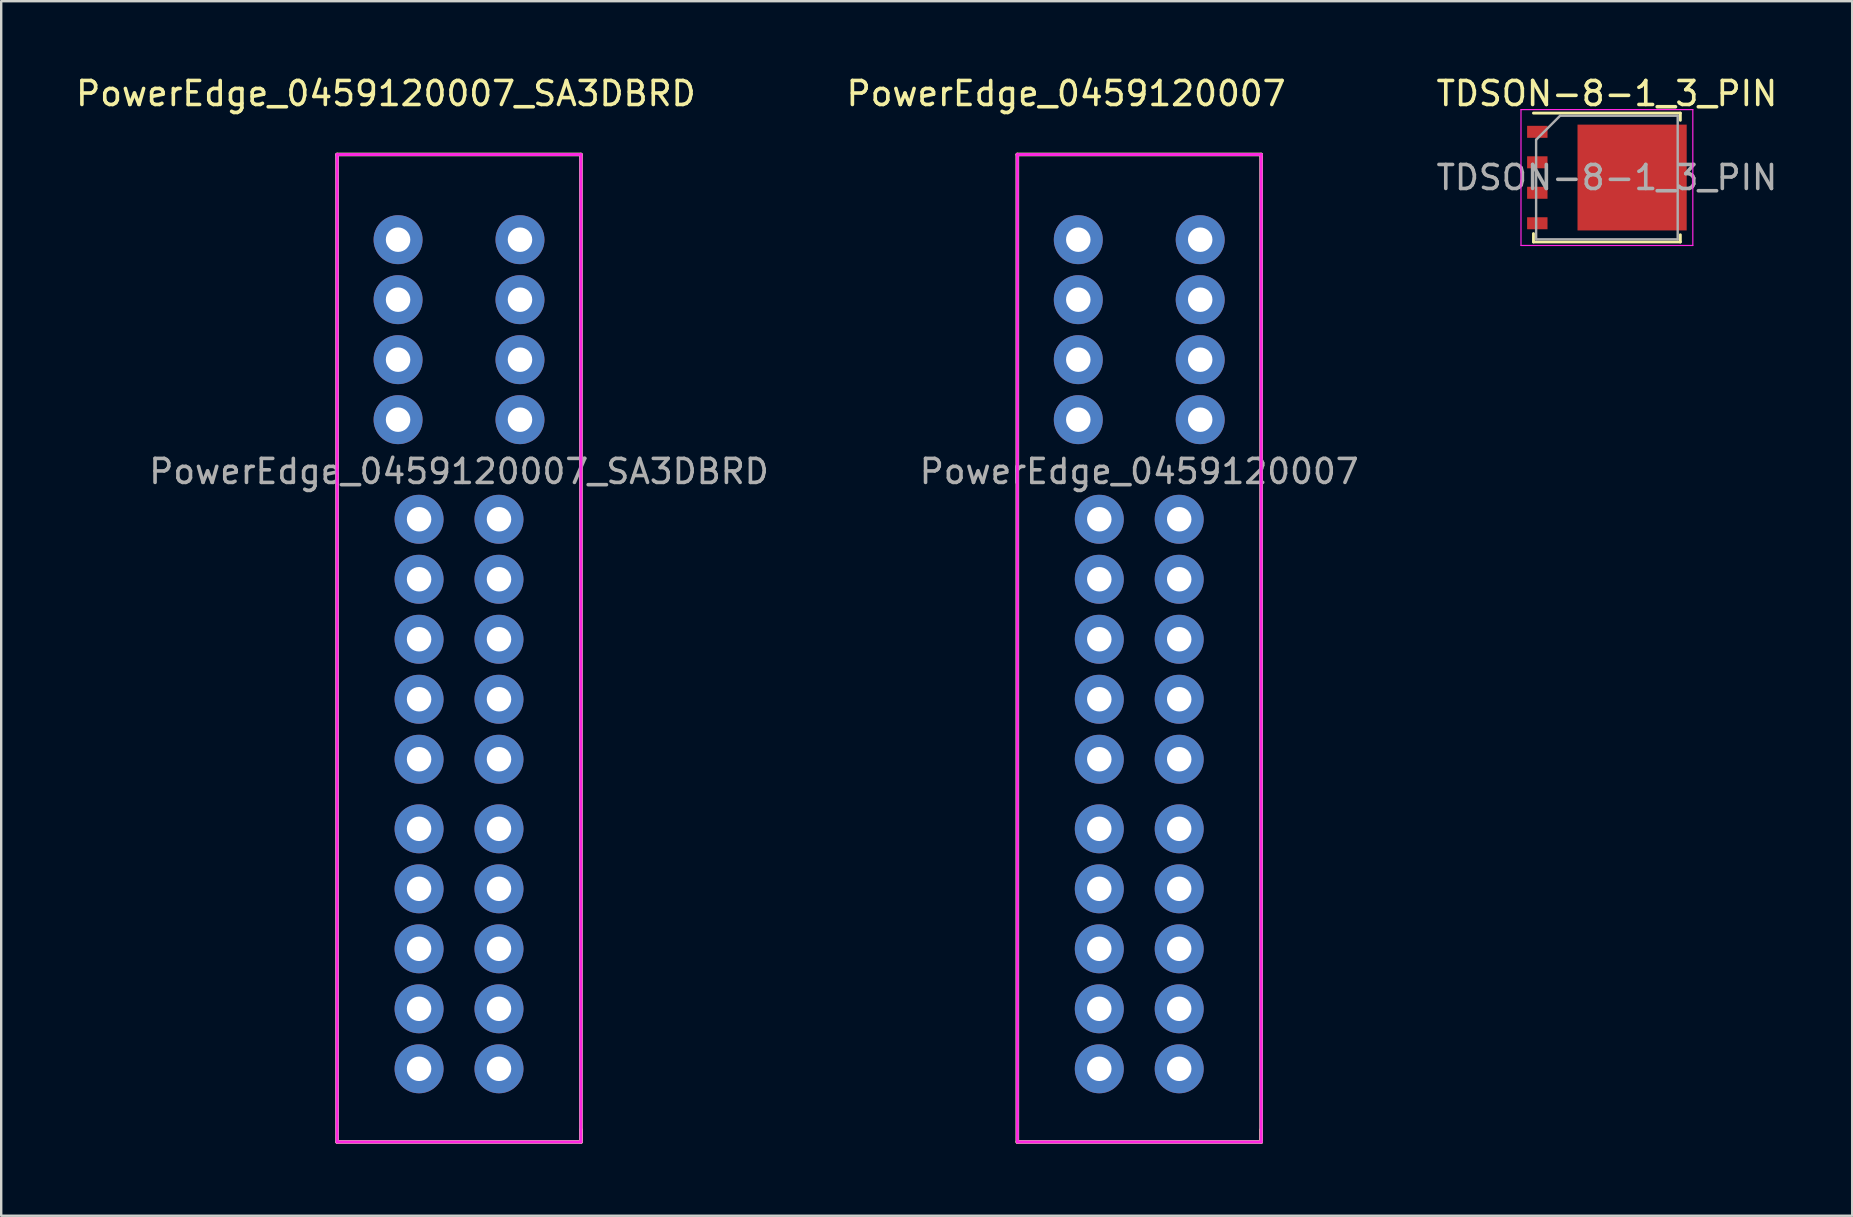
<source format=kicad_pcb>
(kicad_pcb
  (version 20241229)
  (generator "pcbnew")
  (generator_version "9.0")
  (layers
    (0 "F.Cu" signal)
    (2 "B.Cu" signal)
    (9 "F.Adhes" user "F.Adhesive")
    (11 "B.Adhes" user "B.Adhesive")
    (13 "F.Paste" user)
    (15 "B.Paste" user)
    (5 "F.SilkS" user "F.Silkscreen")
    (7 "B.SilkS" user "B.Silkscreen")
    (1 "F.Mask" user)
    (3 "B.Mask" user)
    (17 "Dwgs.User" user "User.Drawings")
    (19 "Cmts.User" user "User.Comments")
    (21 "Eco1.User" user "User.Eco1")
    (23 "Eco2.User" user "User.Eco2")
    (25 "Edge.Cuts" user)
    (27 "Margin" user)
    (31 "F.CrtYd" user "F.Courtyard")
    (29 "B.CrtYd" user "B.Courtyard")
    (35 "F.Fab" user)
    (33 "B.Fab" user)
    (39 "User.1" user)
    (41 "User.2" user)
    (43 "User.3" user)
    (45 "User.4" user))
  (footprint "PowerEdge_0459120007"
    (layer "F.Cu")
    (at 44.423 41.488)
    (property "Reference" "PowerEdge_0459120007" (at -3.048 -40.64 0) (layer "F.SilkS") (effects (font (size 1 1) (thickness 0.15))))
    (attr through_hole)
    (fp_line (start -5.08 -38.1) (end 5.08 -38.1) (stroke (width 0.15) (type solid)) (layer "F.SilkS"))
    (fp_line (start -5.08 3.048) (end -5.08 -38.1) (stroke (width 0.15) (type solid)) (layer "F.SilkS"))
    (fp_line (start -5.08 3.048) (end 5.08 3.048) (stroke (width 0.15) (type solid)) (layer "F.SilkS"))
    (fp_line (start 5.08 -38.1) (end 5.08 3.048) (stroke (width 0.15) (type solid)) (layer "F.SilkS"))
    (fp_line (start 5.08 3.048) (end 5.08 2.54) (stroke (width 0.15) (type solid)) (layer "F.SilkS"))
    (fp_line (start -5.08 -38.1) (end 5.08 -38.1) (stroke (width 0.12) (type solid)) (layer "F.CrtYd"))
    (fp_line (start -5.08 3.048) (end -5.08 -38.1) (stroke (width 0.12) (type solid)) (layer "F.CrtYd"))
    (fp_line (start -5.08 3.048) (end 5.08 3.048) (stroke (width 0.12) (type solid)) (layer "F.CrtYd"))
    (fp_line (start 5.08 -38.1) (end 5.08 3.048) (stroke (width 0.12) (type solid)) (layer "F.CrtYd"))
    (fp_line (start -5.08 -38.1) (end -5.08 3.048) (stroke (width 0.12) (type solid)) (layer "F.Fab"))
    (fp_line (start -5.08 3.048) (end 5.08 3.048) (stroke (width 0.12) (type solid)) (layer "F.Fab"))
    (fp_line (start 5.08 -38.1) (end -5.08 -38.1) (stroke (width 0.12) (type solid)) (layer "F.Fab"))
    (fp_line (start 5.08 3.048) (end 5.08 -38.1) (stroke (width 0.12) (type solid)) (layer "F.Fab"))
    (fp_text user "${REFERENCE}" (at 0 -24.892 0) (layer "F.Fab") (effects (font (size 1 1) (thickness 0.15))))
    (pad "1" thru_hole circle (at -1.665 -10) (size 2.04 2.04) (drill 1.02) (layers "*.Cu" "*.Mask"))
    (pad "1" thru_hole circle (at -1.665 -7.5) (size 2.04 2.04) (drill 1.02) (layers "*.Cu" "*.Mask"))
    (pad "1" thru_hole circle (at -1.665 -5) (size 2.04 2.04) (drill 1.02) (layers "*.Cu" "*.Mask"))
    (pad "1" thru_hole circle (at -1.665 -2.5) (size 2.04 2.04) (drill 1.02) (layers "*.Cu" "*.Mask"))
    (pad "1" thru_hole circle (at -1.665 0) (size 2.04 2.04) (drill 1.02) (layers "*.Cu" "*.Mask"))
    (pad "2" thru_hole circle (at -1.665 -22.9) (size 2.04 2.04) (drill 1.02) (layers "*.Cu" "*.Mask"))
    (pad "2" thru_hole circle (at -1.665 -20.4) (size 2.04 2.04) (drill 1.02) (layers "*.Cu" "*.Mask"))
    (pad "2" thru_hole circle (at -1.665 -17.9) (size 2.04 2.04) (drill 1.02) (layers "*.Cu" "*.Mask"))
    (pad "2" thru_hole circle (at -1.665 -15.4) (size 2.04 2.04) (drill 1.02) (layers "*.Cu" "*.Mask"))
    (pad "2" thru_hole circle (at -1.665 -12.9) (size 2.04 2.04) (drill 1.02) (layers "*.Cu" "*.Mask"))
    (pad "3" thru_hole circle (at -2.54 -27.05) (size 2.04 2.04) (drill 1.02) (layers "*.Cu" "*.Mask"))
    (pad "4" thru_hole circle (at -2.54 -29.55) (size 2.04 2.04) (drill 1.02) (layers "*.Cu" "*.Mask"))
    (pad "5" thru_hole circle (at -2.54 -32.05) (size 2.04 2.04) (drill 1.02) (layers "*.Cu" "*.Mask"))
    (pad "6" thru_hole circle (at -2.54 -34.55) (size 2.04 2.04) (drill 1.02) (layers "*.Cu" "*.Mask"))
    (pad "7" thru_hole circle (at 1.665 -10) (size 2.04 2.04) (drill 1.02) (layers "*.Cu" "*.Mask"))
    (pad "7" thru_hole circle (at 1.665 -7.5) (size 2.04 2.04) (drill 1.02) (layers "*.Cu" "*.Mask"))
    (pad "7" thru_hole circle (at 1.665 -5) (size 2.04 2.04) (drill 1.02) (layers "*.Cu" "*.Mask"))
    (pad "7" thru_hole circle (at 1.665 -2.5) (size 2.04 2.04) (drill 1.02) (layers "*.Cu" "*.Mask"))
    (pad "7" thru_hole circle (at 1.665 0) (size 2.04 2.04) (drill 1.02) (layers "*.Cu" "*.Mask"))
    (pad "8" thru_hole circle (at 1.665 -22.9) (size 2.04 2.04) (drill 1.02) (layers "*.Cu" "*.Mask"))
    (pad "8" thru_hole circle (at 1.665 -20.4) (size 2.04 2.04) (drill 1.02) (layers "*.Cu" "*.Mask"))
    (pad "8" thru_hole circle (at 1.665 -17.9) (size 2.04 2.04) (drill 1.02) (layers "*.Cu" "*.Mask"))
    (pad "8" thru_hole circle (at 1.665 -15.4) (size 2.04 2.04) (drill 1.02) (layers "*.Cu" "*.Mask"))
    (pad "8" thru_hole circle (at 1.665 -12.9) (size 2.04 2.04) (drill 1.02) (layers "*.Cu" "*.Mask"))
    (pad "9" thru_hole circle (at 2.54 -27.05) (size 2.04 2.04) (drill 1.02) (layers "*.Cu" "*.Mask"))
    (pad "10" thru_hole circle (at 2.54 -29.55) (size 2.04 2.04) (drill 1.02) (layers "*.Cu" "*.Mask"))
    (pad "11" thru_hole circle (at 2.54 -32.05) (size 2.04 2.04) (drill 1.02) (layers "*.Cu" "*.Mask"))
    (pad "12" thru_hole circle (at 2.54 -34.55) (size 2.04 2.04) (drill 1.02) (layers "*.Cu" "*.Mask")))
  (footprint "PowerEdge_0459120007_SA3DBRD"
    (layer "F.Cu")
    (at 16.078 41.488)
    (property "Reference" "PowerEdge_0459120007_SA3DBRD" (at -3.048 -40.64 0) (layer "F.SilkS") (effects (font (size 1 1) (thickness 0.15))))
    (attr through_hole)
    (fp_line (start -5.08 -38.1) (end 5.08 -38.1) (stroke (width 0.15) (type solid)) (layer "F.SilkS"))
    (fp_line (start -5.08 3.048) (end -5.08 -38.1) (stroke (width 0.15) (type solid)) (layer "F.SilkS"))
    (fp_line (start -5.08 3.048) (end 5.08 3.048) (stroke (width 0.15) (type solid)) (layer "F.SilkS"))
    (fp_line (start 5.08 -38.1) (end 5.08 3.048) (stroke (width 0.15) (type solid)) (layer "F.SilkS"))
    (fp_line (start 5.08 3.048) (end 5.08 2.54) (stroke (width 0.15) (type solid)) (layer "F.SilkS"))
    (fp_line (start -5.08 -38.1) (end 5.08 -38.1) (stroke (width 0.12) (type solid)) (layer "F.CrtYd"))
    (fp_line (start -5.08 3.048) (end -5.08 -38.1) (stroke (width 0.12) (type solid)) (layer "F.CrtYd"))
    (fp_line (start -5.08 3.048) (end 5.08 3.048) (stroke (width 0.12) (type solid)) (layer "F.CrtYd"))
    (fp_line (start 5.08 -38.1) (end 5.08 3.048) (stroke (width 0.12) (type solid)) (layer "F.CrtYd"))
    (fp_line (start -5.08 -38.1) (end -5.08 3.048) (stroke (width 0.12) (type solid)) (layer "F.Fab"))
    (fp_line (start -5.08 3.048) (end 5.08 3.048) (stroke (width 0.12) (type solid)) (layer "F.Fab"))
    (fp_line (start 5.08 -38.1) (end -5.08 -38.1) (stroke (width 0.12) (type solid)) (layer "F.Fab"))
    (fp_line (start 5.08 3.048) (end 5.08 -38.1) (stroke (width 0.12) (type solid)) (layer "F.Fab"))
    (fp_text user "${REFERENCE}" (at 0 -24.892 0) (layer "F.Fab") (effects (font (size 1 1) (thickness 0.15))))
    (pad "1" thru_hole circle (at -1.665 -10) (size 2.04 2.04) (drill 1.02) (layers "*.Cu" "*.Mask"))
    (pad "1" thru_hole circle (at -1.665 -7.5) (size 2.04 2.04) (drill 1.02) (layers "*.Cu" "*.Mask"))
    (pad "1" thru_hole circle (at -1.665 -5) (size 2.04 2.04) (drill 1.02) (layers "*.Cu" "*.Mask"))
    (pad "1" thru_hole circle (at -1.665 -2.5) (size 2.04 2.04) (drill 1.02) (layers "*.Cu" "*.Mask"))
    (pad "1" thru_hole circle (at -1.665 0) (size 2.04 2.04) (drill 1.02) (layers "*.Cu" "*.Mask"))
    (pad "2" thru_hole circle (at -1.665 -22.9) (size 2.04 2.04) (drill 1.02) (layers "*.Cu" "*.Mask"))
    (pad "2" thru_hole circle (at -1.665 -20.4) (size 2.04 2.04) (drill 1.02) (layers "*.Cu" "*.Mask"))
    (pad "2" thru_hole circle (at -1.665 -17.9) (size 2.04 2.04) (drill 1.02) (layers "*.Cu" "*.Mask"))
    (pad "2" thru_hole circle (at -1.665 -15.4) (size 2.04 2.04) (drill 1.02) (layers "*.Cu" "*.Mask"))
    (pad "2" thru_hole circle (at -1.665 -12.9) (size 2.04 2.04) (drill 1.02) (layers "*.Cu" "*.Mask"))
    (pad "3" thru_hole circle (at -2.54 -27.05) (size 2.04 2.04) (drill 1.02) (layers "*.Cu" "*.Mask"))
    (pad "4" thru_hole circle (at -2.54 -29.55) (size 2.04 2.04) (drill 1.02) (layers "*.Cu" "*.Mask"))
    (pad "5" thru_hole circle (at -2.54 -32.05) (size 2.04 2.04) (drill 1.02) (layers "*.Cu" "*.Mask"))
    (pad "6" thru_hole circle (at -2.54 -34.55) (size 2.04 2.04) (drill 1.02) (layers "*.Cu" "*.Mask"))
    (pad "7" thru_hole circle (at 1.665 -10) (size 2.04 2.04) (drill 1.02) (layers "*.Cu" "*.Mask"))
    (pad "7" thru_hole circle (at 1.665 -7.5) (size 2.04 2.04) (drill 1.02) (layers "*.Cu" "*.Mask"))
    (pad "7" thru_hole circle (at 1.665 -5) (size 2.04 2.04) (drill 1.02) (layers "*.Cu" "*.Mask"))
    (pad "7" thru_hole circle (at 1.665 -2.5) (size 2.04 2.04) (drill 1.02) (layers "*.Cu" "*.Mask"))
    (pad "7" thru_hole circle (at 1.665 0) (size 2.04 2.04) (drill 1.02) (layers "*.Cu" "*.Mask"))
    (pad "8" thru_hole circle (at 1.665 -22.9) (size 2.04 2.04) (drill 1.02) (layers "*.Cu" "*.Mask"))
    (pad "8" thru_hole circle (at 1.665 -20.4) (size 2.04 2.04) (drill 1.02) (layers "*.Cu" "*.Mask"))
    (pad "8" thru_hole circle (at 1.665 -17.9) (size 2.04 2.04) (drill 1.02) (layers "*.Cu" "*.Mask"))
    (pad "8" thru_hole circle (at 1.665 -15.4) (size 2.04 2.04) (drill 1.02) (layers "*.Cu" "*.Mask"))
    (pad "8" thru_hole circle (at 1.665 -12.9) (size 2.04 2.04) (drill 1.02) (layers "*.Cu" "*.Mask"))
    (pad "9" thru_hole circle (at 2.54 -27.05) (size 2.04 2.04) (drill 1.02) (layers "*.Cu" "*.Mask"))
    (pad "10" thru_hole circle (at 2.54 -29.55) (size 2.04 2.04) (drill 1.02) (layers "*.Cu" "*.Mask"))
    (pad "11" thru_hole circle (at 2.54 -32.05) (size 2.04 2.04) (drill 1.02) (layers "*.Cu" "*.Mask"))
    (pad "12" thru_hole circle (at 2.54 -34.55) (size 2.04 2.04) (drill 1.02) (layers "*.Cu" "*.Mask")))
  (footprint "TDSON-8-1_3_PIN"
    (layer "F.Cu")
    (at 63.911 4.348)
    (property "Reference" "TDSON-8-1_3_PIN" (at 0 -3.5 0) (layer "F.SilkS") (effects (font (size 1 1) (thickness 0.15))))
    (attr smd)
    (fp_line (start -3.06 2.335) (end -3.06 2.685) (stroke (width 0.12) (type solid)) (layer "F.SilkS"))
    (fp_line (start 3.06 -2.685) (end -3.06 -2.685) (stroke (width 0.12) (type solid)) (layer "F.SilkS"))
    (fp_line (start 3.06 -2.385) (end 3.06 -2.685) (stroke (width 0.12) (type solid)) (layer "F.SilkS"))
    (fp_line (start 3.06 2.385) (end 3.06 2.685) (stroke (width 0.12) (type solid)) (layer "F.SilkS"))
    (fp_line (start 3.06 2.685) (end -3.06 2.685) (stroke (width 0.12) (type solid)) (layer "F.SilkS"))
    (fp_line (start -3.58 -2.83) (end -3.58 2.83) (stroke (width 0.05) (type solid)) (layer "F.CrtYd"))
    (fp_line (start -3.58 2.83) (end 3.58 2.83) (stroke (width 0.05) (type solid)) (layer "F.CrtYd"))
    (fp_line (start 3.58 -2.83) (end -3.58 -2.83) (stroke (width 0.05) (type solid)) (layer "F.CrtYd"))
    (fp_line (start 3.58 2.83) (end 3.58 -2.83) (stroke (width 0.05) (type solid)) (layer "F.CrtYd"))
    (fp_line (start -2.95 2.575) (end -2.95 -1.575) (stroke (width 0.1) (type solid)) (layer "F.Fab"))
    (fp_line (start -1.95 -2.575) (end -2.95 -1.575) (stroke (width 0.1) (type solid)) (layer "F.Fab"))
    (fp_line (start -1.95 -2.575) (end 2.95 -2.575) (stroke (width 0.1) (type solid)) (layer "F.Fab"))
    (fp_line (start 2.95 -2.575) (end 2.95 2.575) (stroke (width 0.1) (type solid)) (layer "F.Fab"))
    (fp_line (start 2.95 2.575) (end -2.95 2.575) (stroke (width 0.1) (type solid)) (layer "F.Fab"))
    (fp_text user "${REFERENCE}" (at 0 0 0) (layer "F.Fab") (effects (font (size 1 1) (thickness 0.15))))
    (pad "" smd rect (at -0.2 -0.85) (size 1.5 1.5) (layers "F.Paste"))
    (pad "" smd rect (at -0.2 0.85) (size 1.5 1.5) (layers "F.Paste"))
    (pad "" smd custom (at 0.65 0) (size 3.75 4.41) (layers "F.Mask") (options (anchor rect)) (primitives (gr_poly (pts (xy 1.875 -2.205) (xy 2.675 -2.205) (xy 2.675 -1.605) (xy 1.875 -1.605)) (width 0) (fill yes)) (gr_poly (pts (xy 1.875 -0.935) (xy 2.675 -0.935) (xy 2.675 -0.335) (xy 1.875 -0.335)) (width 0) (fill yes)) (gr_poly (pts (xy 1.875 0.335) (xy 2.675 0.335) (xy 2.675 0.935) (xy 1.875 0.935)) (width 0) (fill yes)) (gr_poly (pts (xy 1.875 1.605) (xy 2.675 1.605) (xy 2.675 2.205) (xy 1.875 2.205)) (width 0) (fill yes))))
    (pad "" smd rect (at 1.5 -0.85) (size 1.5 1.5) (layers "F.Paste"))
    (pad "" smd rect (at 1.5 0.85) (size 1.5 1.5) (layers "F.Paste"))
    (pad "" smd rect (at 2.905 -1.905) (size 0.75 0.5) (layers "F.Paste"))
    (pad "" smd rect (at 2.905 -0.635) (size 0.75 0.5) (layers "F.Paste"))
    (pad "" smd rect (at 2.905 0.635) (size 0.75 0.5) (layers "F.Paste"))
    (pad "" smd rect (at 2.905 1.905) (size 0.75 0.5) (layers "F.Paste"))
    (pad "1" smd rect (at -2.9 1.905) (size 0.85 0.5) (layers "F.Cu" "F.Mask" "F.Paste"))
    (pad "2" smd rect (at 1.05 0) (size 4.55 4.41) (layers "F.Cu"))
    (pad "3" smd rect (at -2.9 -1.905) (size 0.85 0.5) (layers "F.Cu" "F.Mask" "F.Paste"))
    (pad "3" smd rect (at -2.9 -0.635) (size 0.85 0.5) (layers "F.Cu" "F.Mask" "F.Paste"))
    (pad "3" smd rect (at -2.9 0.635) (size 0.85 0.5) (layers "F.Cu" "F.Mask" "F.Paste")))
  (gr_rect
    (start -3 -3)
    (end 74.132 47.611)
    (stroke (width 0.1) (type default))
    (fill no)
    (layer "Edge.Cuts")))
</source>
